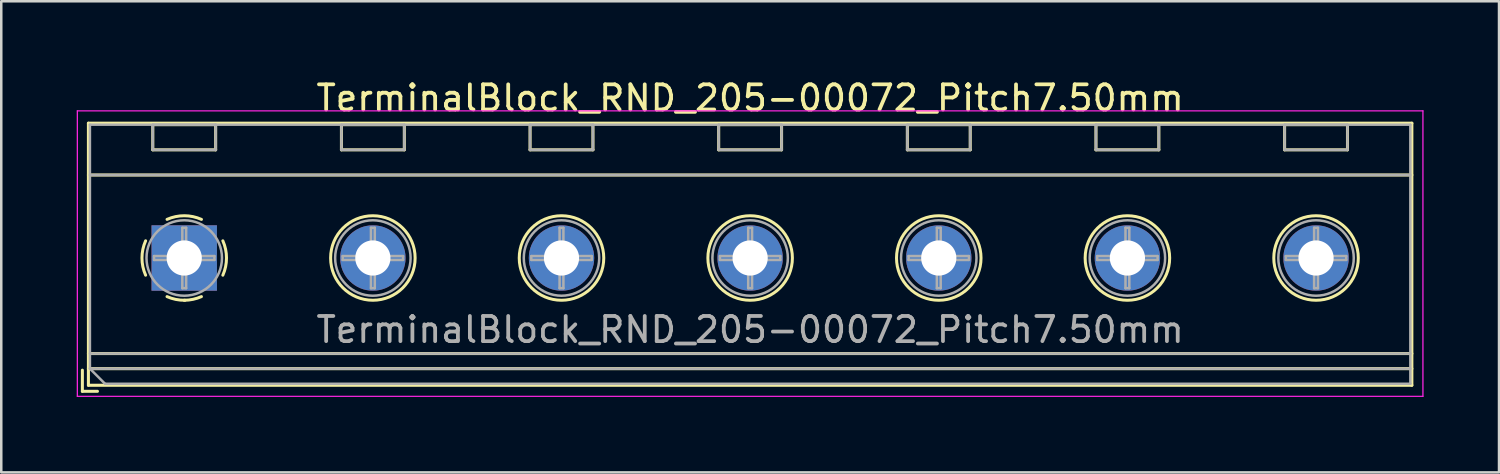
<source format=kicad_pcb>
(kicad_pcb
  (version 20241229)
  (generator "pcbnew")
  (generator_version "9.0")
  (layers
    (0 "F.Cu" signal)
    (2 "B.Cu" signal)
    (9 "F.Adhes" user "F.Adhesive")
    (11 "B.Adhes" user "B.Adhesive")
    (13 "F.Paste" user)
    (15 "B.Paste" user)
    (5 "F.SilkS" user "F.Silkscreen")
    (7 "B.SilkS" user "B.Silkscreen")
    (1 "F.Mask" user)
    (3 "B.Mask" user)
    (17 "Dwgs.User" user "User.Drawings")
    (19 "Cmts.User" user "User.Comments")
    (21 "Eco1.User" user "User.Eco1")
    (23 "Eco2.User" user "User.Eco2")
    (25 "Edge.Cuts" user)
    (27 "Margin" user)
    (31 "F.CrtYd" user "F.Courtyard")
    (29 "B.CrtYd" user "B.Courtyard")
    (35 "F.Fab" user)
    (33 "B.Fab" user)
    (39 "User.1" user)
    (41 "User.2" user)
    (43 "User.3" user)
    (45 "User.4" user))
  (footprint "TerminalBlock_RND_205-00072_Pitch7.50mm"
    (layer "F.Cu")
    (at 4.275 7.208)
    (property "Reference" "TerminalBlock_RND_205-00072_Pitch7.50mm" (at 22.5 -6.36 0) (layer "F.SilkS") (effects (font (size 1 1) (thickness 0.15))))
    (attr through_hole)
    (fp_line (start -4.05 4.46) (end -4.05 5.3) (stroke (width 0.12) (type solid)) (layer "F.SilkS"))
    (fp_line (start -4.05 5.3) (end -3.45 5.3) (stroke (width 0.12) (type solid)) (layer "F.SilkS"))
    (fp_line (start -3.81 -5.36) (end -3.81 5.06) (stroke (width 0.12) (type solid)) (layer "F.SilkS"))
    (fp_line (start -3.81 -3.3) (end 48.81 -3.3) (stroke (width 0.12) (type solid)) (layer "F.SilkS"))
    (fp_line (start -3.81 3.8) (end 48.81 3.8) (stroke (width 0.12) (type solid)) (layer "F.SilkS"))
    (fp_line (start -3.81 4.4) (end 48.81 4.4) (stroke (width 0.12) (type solid)) (layer "F.SilkS"))
    (fp_line (start -3.81 5.06) (end 48.81 5.06) (stroke (width 0.12) (type solid)) (layer "F.SilkS"))
    (fp_line (start -1.25 -5.301) (end -1.25 -4.301) (stroke (width 0.12) (type solid)) (layer "F.SilkS"))
    (fp_line (start -1.25 -5.301) (end 1.25 -5.301) (stroke (width 0.12) (type solid)) (layer "F.SilkS"))
    (fp_line (start -1.25 -4.301) (end 1.25 -4.301) (stroke (width 0.12) (type solid)) (layer "F.SilkS"))
    (fp_line (start 1.25 -5.301) (end 1.25 -4.301) (stroke (width 0.12) (type solid)) (layer "F.SilkS"))
    (fp_line (start 6.25 -5.301) (end 6.25 -4.301) (stroke (width 0.12) (type solid)) (layer "F.SilkS"))
    (fp_line (start 6.25 -5.301) (end 8.75 -5.301) (stroke (width 0.12) (type solid)) (layer "F.SilkS"))
    (fp_line (start 6.25 -4.301) (end 8.75 -4.301) (stroke (width 0.12) (type solid)) (layer "F.SilkS"))
    (fp_line (start 8.75 -5.301) (end 8.75 -4.301) (stroke (width 0.12) (type solid)) (layer "F.SilkS"))
    (fp_line (start 13.75 -5.301) (end 13.75 -4.301) (stroke (width 0.12) (type solid)) (layer "F.SilkS"))
    (fp_line (start 13.75 -5.301) (end 16.25 -5.301) (stroke (width 0.12) (type solid)) (layer "F.SilkS"))
    (fp_line (start 13.75 -4.301) (end 16.25 -4.301) (stroke (width 0.12) (type solid)) (layer "F.SilkS"))
    (fp_line (start 16.25 -5.301) (end 16.25 -4.301) (stroke (width 0.12) (type solid)) (layer "F.SilkS"))
    (fp_line (start 21.25 -5.301) (end 21.25 -4.301) (stroke (width 0.12) (type solid)) (layer "F.SilkS"))
    (fp_line (start 21.25 -5.301) (end 23.75 -5.301) (stroke (width 0.12) (type solid)) (layer "F.SilkS"))
    (fp_line (start 21.25 -4.301) (end 23.75 -4.301) (stroke (width 0.12) (type solid)) (layer "F.SilkS"))
    (fp_line (start 23.75 -5.301) (end 23.75 -4.301) (stroke (width 0.12) (type solid)) (layer "F.SilkS"))
    (fp_line (start 28.75 -5.301) (end 28.75 -4.301) (stroke (width 0.12) (type solid)) (layer "F.SilkS"))
    (fp_line (start 28.75 -5.301) (end 31.25 -5.301) (stroke (width 0.12) (type solid)) (layer "F.SilkS"))
    (fp_line (start 28.75 -4.301) (end 31.25 -4.301) (stroke (width 0.12) (type solid)) (layer "F.SilkS"))
    (fp_line (start 31.25 -5.301) (end 31.25 -4.301) (stroke (width 0.12) (type solid)) (layer "F.SilkS"))
    (fp_line (start 36.25 -5.301) (end 36.25 -4.301) (stroke (width 0.12) (type solid)) (layer "F.SilkS"))
    (fp_line (start 36.25 -5.301) (end 38.75 -5.301) (stroke (width 0.12) (type solid)) (layer "F.SilkS"))
    (fp_line (start 36.25 -4.301) (end 38.75 -4.301) (stroke (width 0.12) (type solid)) (layer "F.SilkS"))
    (fp_line (start 38.75 -5.301) (end 38.75 -4.301) (stroke (width 0.12) (type solid)) (layer "F.SilkS"))
    (fp_line (start 43.75 -5.301) (end 43.75 -4.301) (stroke (width 0.12) (type solid)) (layer "F.SilkS"))
    (fp_line (start 43.75 -5.301) (end 46.25 -5.301) (stroke (width 0.12) (type solid)) (layer "F.SilkS"))
    (fp_line (start 43.75 -4.301) (end 46.25 -4.301) (stroke (width 0.12) (type solid)) (layer "F.SilkS"))
    (fp_line (start 46.25 -5.301) (end 46.25 -4.301) (stroke (width 0.12) (type solid)) (layer "F.SilkS"))
    (fp_line (start 48.81 -5.36) (end -3.81 -5.36) (stroke (width 0.12) (type solid)) (layer "F.SilkS"))
    (fp_line (start 48.81 5.06) (end 48.81 -5.36) (stroke (width 0.12) (type solid)) (layer "F.SilkS"))
    (fp_arc (start -1.535427 0.683042) (mid -1.680501 -0.000524) (end -1.535 -0.684) (stroke (width 0.12) (type solid)) (layer "F.SilkS"))
    (fp_arc (start -0.683042 -1.535427) (mid 0.000524 -1.680501) (end 0.684 -1.535) (stroke (width 0.12) (type solid)) (layer "F.SilkS"))
    (fp_arc (start 0.028805 1.680253) (mid -0.335551 1.646659) (end -0.684 1.535) (stroke (width 0.12) (type solid)) (layer "F.SilkS"))
    (fp_arc (start 0.683318 1.534756) (mid 0.349292 1.643288) (end 0 1.68) (stroke (width 0.12) (type solid)) (layer "F.SilkS"))
    (fp_arc (start 1.535427 -0.683042) (mid 1.680501 0.000524) (end 1.535 0.684) (stroke (width 0.12) (type solid)) (layer "F.SilkS"))
    (fp_circle (center 7.5 0) (end 9.18 0) (stroke (width 0.12) (type solid)) (fill no) (layer "F.SilkS"))
    (fp_circle (center 15 0) (end 16.68 0) (stroke (width 0.12) (type solid)) (fill no) (layer "F.SilkS"))
    (fp_circle (center 22.5 0) (end 24.18 0) (stroke (width 0.12) (type solid)) (fill no) (layer "F.SilkS"))
    (fp_circle (center 30 0) (end 31.68 0) (stroke (width 0.12) (type solid)) (fill no) (layer "F.SilkS"))
    (fp_circle (center 37.5 0) (end 39.18 0) (stroke (width 0.12) (type solid)) (fill no) (layer "F.SilkS"))
    (fp_circle (center 45 0) (end 46.68 0) (stroke (width 0.12) (type solid)) (fill no) (layer "F.SilkS"))
    (fp_line (start -4.25 -5.85) (end -4.25 5.5) (stroke (width 0.05) (type solid)) (layer "F.CrtYd"))
    (fp_line (start -4.25 5.5) (end 49.25 5.5) (stroke (width 0.05) (type solid)) (layer "F.CrtYd"))
    (fp_line (start 49.25 -5.85) (end -4.25 -5.85) (stroke (width 0.05) (type solid)) (layer "F.CrtYd"))
    (fp_line (start 49.25 5.5) (end 49.25 -5.85) (stroke (width 0.05) (type solid)) (layer "F.CrtYd"))
    (fp_line (start -3.75 -5.3) (end 48.75 -5.3) (stroke (width 0.1) (type solid)) (layer "F.Fab"))
    (fp_line (start -3.75 -3.3) (end 48.75 -3.3) (stroke (width 0.1) (type solid)) (layer "F.Fab"))
    (fp_line (start -3.75 3.8) (end 48.75 3.8) (stroke (width 0.1) (type solid)) (layer "F.Fab"))
    (fp_line (start -3.75 4.4) (end -3.75 -5.3) (stroke (width 0.1) (type solid)) (layer "F.Fab"))
    (fp_line (start -3.75 4.4) (end 48.75 4.4) (stroke (width 0.1) (type solid)) (layer "F.Fab"))
    (fp_line (start -3.15 5) (end -3.75 4.4) (stroke (width 0.1) (type solid)) (layer "F.Fab"))
    (fp_line (start -1.25 -5.3) (end -1.25 -4.3) (stroke (width 0.1) (type solid)) (layer "F.Fab"))
    (fp_line (start -1.25 -4.3) (end 1.25 -4.3) (stroke (width 0.1) (type solid)) (layer "F.Fab"))
    (fp_line (start -1.201 -0.076) (end -0.076 -0.076) (stroke (width 0.1) (type solid)) (layer "F.Fab"))
    (fp_line (start -1.201 0.076) (end -1.201 -0.076) (stroke (width 0.1) (type solid)) (layer "F.Fab"))
    (fp_line (start -0.076 -1.201) (end 0.076 -1.201) (stroke (width 0.1) (type solid)) (layer "F.Fab"))
    (fp_line (start -0.076 -0.076) (end -0.076 -1.201) (stroke (width 0.1) (type solid)) (layer "F.Fab"))
    (fp_line (start -0.076 0.076) (end -1.201 0.076) (stroke (width 0.1) (type solid)) (layer "F.Fab"))
    (fp_line (start -0.076 1.201) (end -0.076 0.076) (stroke (width 0.1) (type solid)) (layer "F.Fab"))
    (fp_line (start 0.076 -1.201) (end 0.076 -0.076) (stroke (width 0.1) (type solid)) (layer "F.Fab"))
    (fp_line (start 0.076 -0.076) (end 1.201 -0.076) (stroke (width 0.1) (type solid)) (layer "F.Fab"))
    (fp_line (start 0.076 0.076) (end 0.076 1.201) (stroke (width 0.1) (type solid)) (layer "F.Fab"))
    (fp_line (start 0.076 1.201) (end -0.076 1.201) (stroke (width 0.1) (type solid)) (layer "F.Fab"))
    (fp_line (start 1.201 -0.076) (end 1.201 0.076) (stroke (width 0.1) (type solid)) (layer "F.Fab"))
    (fp_line (start 1.201 0.076) (end 0.076 0.076) (stroke (width 0.1) (type solid)) (layer "F.Fab"))
    (fp_line (start 1.25 -5.3) (end -1.25 -5.3) (stroke (width 0.1) (type solid)) (layer "F.Fab"))
    (fp_line (start 1.25 -4.3) (end 1.25 -5.3) (stroke (width 0.1) (type solid)) (layer "F.Fab"))
    (fp_line (start 6.25 -5.3) (end 6.25 -4.3) (stroke (width 0.1) (type solid)) (layer "F.Fab"))
    (fp_line (start 6.25 -4.3) (end 8.75 -4.3) (stroke (width 0.1) (type solid)) (layer "F.Fab"))
    (fp_line (start 6.299 -0.076) (end 7.424 -0.076) (stroke (width 0.1) (type solid)) (layer "F.Fab"))
    (fp_line (start 6.299 0.076) (end 6.299 -0.076) (stroke (width 0.1) (type solid)) (layer "F.Fab"))
    (fp_line (start 7.424 -1.201) (end 7.576 -1.201) (stroke (width 0.1) (type solid)) (layer "F.Fab"))
    (fp_line (start 7.424 -0.076) (end 7.424 -1.201) (stroke (width 0.1) (type solid)) (layer "F.Fab"))
    (fp_line (start 7.424 0.076) (end 6.299 0.076) (stroke (width 0.1) (type solid)) (layer "F.Fab"))
    (fp_line (start 7.424 1.201) (end 7.424 0.076) (stroke (width 0.1) (type solid)) (layer "F.Fab"))
    (fp_line (start 7.576 -1.201) (end 7.576 -0.076) (stroke (width 0.1) (type solid)) (layer "F.Fab"))
    (fp_line (start 7.576 -0.076) (end 8.701 -0.076) (stroke (width 0.1) (type solid)) (layer "F.Fab"))
    (fp_line (start 7.576 0.076) (end 7.576 1.201) (stroke (width 0.1) (type solid)) (layer "F.Fab"))
    (fp_line (start 7.576 1.201) (end 7.424 1.201) (stroke (width 0.1) (type solid)) (layer "F.Fab"))
    (fp_line (start 8.701 -0.076) (end 8.701 0.076) (stroke (width 0.1) (type solid)) (layer "F.Fab"))
    (fp_line (start 8.701 0.076) (end 7.576 0.076) (stroke (width 0.1) (type solid)) (layer "F.Fab"))
    (fp_line (start 8.75 -5.3) (end 6.25 -5.3) (stroke (width 0.1) (type solid)) (layer "F.Fab"))
    (fp_line (start 8.75 -4.3) (end 8.75 -5.3) (stroke (width 0.1) (type solid)) (layer "F.Fab"))
    (fp_line (start 13.75 -5.3) (end 13.75 -4.3) (stroke (width 0.1) (type solid)) (layer "F.Fab"))
    (fp_line (start 13.75 -4.3) (end 16.25 -4.3) (stroke (width 0.1) (type solid)) (layer "F.Fab"))
    (fp_line (start 13.799 -0.076) (end 14.924 -0.076) (stroke (width 0.1) (type solid)) (layer "F.Fab"))
    (fp_line (start 13.799 0.076) (end 13.799 -0.076) (stroke (width 0.1) (type solid)) (layer "F.Fab"))
    (fp_line (start 14.924 -1.201) (end 15.076 -1.201) (stroke (width 0.1) (type solid)) (layer "F.Fab"))
    (fp_line (start 14.924 -0.076) (end 14.924 -1.201) (stroke (width 0.1) (type solid)) (layer "F.Fab"))
    (fp_line (start 14.924 0.076) (end 13.799 0.076) (stroke (width 0.1) (type solid)) (layer "F.Fab"))
    (fp_line (start 14.924 1.201) (end 14.924 0.076) (stroke (width 0.1) (type solid)) (layer "F.Fab"))
    (fp_line (start 15.076 -1.201) (end 15.076 -0.076) (stroke (width 0.1) (type solid)) (layer "F.Fab"))
    (fp_line (start 15.076 -0.076) (end 16.201 -0.076) (stroke (width 0.1) (type solid)) (layer "F.Fab"))
    (fp_line (start 15.076 0.076) (end 15.076 1.201) (stroke (width 0.1) (type solid)) (layer "F.Fab"))
    (fp_line (start 15.076 1.201) (end 14.924 1.201) (stroke (width 0.1) (type solid)) (layer "F.Fab"))
    (fp_line (start 16.201 -0.076) (end 16.201 0.076) (stroke (width 0.1) (type solid)) (layer "F.Fab"))
    (fp_line (start 16.201 0.076) (end 15.076 0.076) (stroke (width 0.1) (type solid)) (layer "F.Fab"))
    (fp_line (start 16.25 -5.3) (end 13.75 -5.3) (stroke (width 0.1) (type solid)) (layer "F.Fab"))
    (fp_line (start 16.25 -4.3) (end 16.25 -5.3) (stroke (width 0.1) (type solid)) (layer "F.Fab"))
    (fp_line (start 21.25 -5.3) (end 21.25 -4.3) (stroke (width 0.1) (type solid)) (layer "F.Fab"))
    (fp_line (start 21.25 -4.3) (end 23.75 -4.3) (stroke (width 0.1) (type solid)) (layer "F.Fab"))
    (fp_line (start 21.299 -0.076) (end 22.424 -0.076) (stroke (width 0.1) (type solid)) (layer "F.Fab"))
    (fp_line (start 21.299 0.076) (end 21.299 -0.076) (stroke (width 0.1) (type solid)) (layer "F.Fab"))
    (fp_line (start 22.424 -1.201) (end 22.576 -1.201) (stroke (width 0.1) (type solid)) (layer "F.Fab"))
    (fp_line (start 22.424 -0.076) (end 22.424 -1.201) (stroke (width 0.1) (type solid)) (layer "F.Fab"))
    (fp_line (start 22.424 0.076) (end 21.299 0.076) (stroke (width 0.1) (type solid)) (layer "F.Fab"))
    (fp_line (start 22.424 1.201) (end 22.424 0.076) (stroke (width 0.1) (type solid)) (layer "F.Fab"))
    (fp_line (start 22.576 -1.201) (end 22.576 -0.076) (stroke (width 0.1) (type solid)) (layer "F.Fab"))
    (fp_line (start 22.576 -0.076) (end 23.701 -0.076) (stroke (width 0.1) (type solid)) (layer "F.Fab"))
    (fp_line (start 22.576 0.076) (end 22.576 1.201) (stroke (width 0.1) (type solid)) (layer "F.Fab"))
    (fp_line (start 22.576 1.201) (end 22.424 1.201) (stroke (width 0.1) (type solid)) (layer "F.Fab"))
    (fp_line (start 23.701 -0.076) (end 23.701 0.076) (stroke (width 0.1) (type solid)) (layer "F.Fab"))
    (fp_line (start 23.701 0.076) (end 22.576 0.076) (stroke (width 0.1) (type solid)) (layer "F.Fab"))
    (fp_line (start 23.75 -5.3) (end 21.25 -5.3) (stroke (width 0.1) (type solid)) (layer "F.Fab"))
    (fp_line (start 23.75 -4.3) (end 23.75 -5.3) (stroke (width 0.1) (type solid)) (layer "F.Fab"))
    (fp_line (start 28.75 -5.3) (end 28.75 -4.3) (stroke (width 0.1) (type solid)) (layer "F.Fab"))
    (fp_line (start 28.75 -4.3) (end 31.25 -4.3) (stroke (width 0.1) (type solid)) (layer "F.Fab"))
    (fp_line (start 28.799 -0.076) (end 29.924 -0.076) (stroke (width 0.1) (type solid)) (layer "F.Fab"))
    (fp_line (start 28.799 0.076) (end 28.799 -0.076) (stroke (width 0.1) (type solid)) (layer "F.Fab"))
    (fp_line (start 29.924 -1.201) (end 30.076 -1.201) (stroke (width 0.1) (type solid)) (layer "F.Fab"))
    (fp_line (start 29.924 -0.076) (end 29.924 -1.201) (stroke (width 0.1) (type solid)) (layer "F.Fab"))
    (fp_line (start 29.924 0.076) (end 28.799 0.076) (stroke (width 0.1) (type solid)) (layer "F.Fab"))
    (fp_line (start 29.924 1.201) (end 29.924 0.076) (stroke (width 0.1) (type solid)) (layer "F.Fab"))
    (fp_line (start 30.076 -1.201) (end 30.076 -0.076) (stroke (width 0.1) (type solid)) (layer "F.Fab"))
    (fp_line (start 30.076 -0.076) (end 31.201 -0.076) (stroke (width 0.1) (type solid)) (layer "F.Fab"))
    (fp_line (start 30.076 0.076) (end 30.076 1.201) (stroke (width 0.1) (type solid)) (layer "F.Fab"))
    (fp_line (start 30.076 1.201) (end 29.924 1.201) (stroke (width 0.1) (type solid)) (layer "F.Fab"))
    (fp_line (start 31.201 -0.076) (end 31.201 0.076) (stroke (width 0.1) (type solid)) (layer "F.Fab"))
    (fp_line (start 31.201 0.076) (end 30.076 0.076) (stroke (width 0.1) (type solid)) (layer "F.Fab"))
    (fp_line (start 31.25 -5.3) (end 28.75 -5.3) (stroke (width 0.1) (type solid)) (layer "F.Fab"))
    (fp_line (start 31.25 -4.3) (end 31.25 -5.3) (stroke (width 0.1) (type solid)) (layer "F.Fab"))
    (fp_line (start 36.25 -5.3) (end 36.25 -4.3) (stroke (width 0.1) (type solid)) (layer "F.Fab"))
    (fp_line (start 36.25 -4.3) (end 38.75 -4.3) (stroke (width 0.1) (type solid)) (layer "F.Fab"))
    (fp_line (start 36.299 -0.076) (end 37.424 -0.076) (stroke (width 0.1) (type solid)) (layer "F.Fab"))
    (fp_line (start 36.299 0.076) (end 36.299 -0.076) (stroke (width 0.1) (type solid)) (layer "F.Fab"))
    (fp_line (start 37.424 -1.201) (end 37.576 -1.201) (stroke (width 0.1) (type solid)) (layer "F.Fab"))
    (fp_line (start 37.424 -0.076) (end 37.424 -1.201) (stroke (width 0.1) (type solid)) (layer "F.Fab"))
    (fp_line (start 37.424 0.076) (end 36.299 0.076) (stroke (width 0.1) (type solid)) (layer "F.Fab"))
    (fp_line (start 37.424 1.201) (end 37.424 0.076) (stroke (width 0.1) (type solid)) (layer "F.Fab"))
    (fp_line (start 37.576 -1.201) (end 37.576 -0.076) (stroke (width 0.1) (type solid)) (layer "F.Fab"))
    (fp_line (start 37.576 -0.076) (end 38.701 -0.076) (stroke (width 0.1) (type solid)) (layer "F.Fab"))
    (fp_line (start 37.576 0.076) (end 37.576 1.201) (stroke (width 0.1) (type solid)) (layer "F.Fab"))
    (fp_line (start 37.576 1.201) (end 37.424 1.201) (stroke (width 0.1) (type solid)) (layer "F.Fab"))
    (fp_line (start 38.701 -0.076) (end 38.701 0.076) (stroke (width 0.1) (type solid)) (layer "F.Fab"))
    (fp_line (start 38.701 0.076) (end 37.576 0.076) (stroke (width 0.1) (type solid)) (layer "F.Fab"))
    (fp_line (start 38.75 -5.3) (end 36.25 -5.3) (stroke (width 0.1) (type solid)) (layer "F.Fab"))
    (fp_line (start 38.75 -4.3) (end 38.75 -5.3) (stroke (width 0.1) (type solid)) (layer "F.Fab"))
    (fp_line (start 43.75 -5.3) (end 43.75 -4.3) (stroke (width 0.1) (type solid)) (layer "F.Fab"))
    (fp_line (start 43.75 -4.3) (end 46.25 -4.3) (stroke (width 0.1) (type solid)) (layer "F.Fab"))
    (fp_line (start 43.799 -0.076) (end 44.924 -0.076) (stroke (width 0.1) (type solid)) (layer "F.Fab"))
    (fp_line (start 43.799 0.076) (end 43.799 -0.076) (stroke (width 0.1) (type solid)) (layer "F.Fab"))
    (fp_line (start 44.924 -1.201) (end 45.076 -1.201) (stroke (width 0.1) (type solid)) (layer "F.Fab"))
    (fp_line (start 44.924 -0.076) (end 44.924 -1.201) (stroke (width 0.1) (type solid)) (layer "F.Fab"))
    (fp_line (start 44.924 0.076) (end 43.799 0.076) (stroke (width 0.1) (type solid)) (layer "F.Fab"))
    (fp_line (start 44.924 1.201) (end 44.924 0.076) (stroke (width 0.1) (type solid)) (layer "F.Fab"))
    (fp_line (start 45.076 -1.201) (end 45.076 -0.076) (stroke (width 0.1) (type solid)) (layer "F.Fab"))
    (fp_line (start 45.076 -0.076) (end 46.201 -0.076) (stroke (width 0.1) (type solid)) (layer "F.Fab"))
    (fp_line (start 45.076 0.076) (end 45.076 1.201) (stroke (width 0.1) (type solid)) (layer "F.Fab"))
    (fp_line (start 45.076 1.201) (end 44.924 1.201) (stroke (width 0.1) (type solid)) (layer "F.Fab"))
    (fp_line (start 46.201 -0.076) (end 46.201 0.076) (stroke (width 0.1) (type solid)) (layer "F.Fab"))
    (fp_line (start 46.201 0.076) (end 45.076 0.076) (stroke (width 0.1) (type solid)) (layer "F.Fab"))
    (fp_line (start 46.25 -5.3) (end 43.75 -5.3) (stroke (width 0.1) (type solid)) (layer "F.Fab"))
    (fp_line (start 46.25 -4.3) (end 46.25 -5.3) (stroke (width 0.1) (type solid)) (layer "F.Fab"))
    (fp_line (start 48.75 -5.3) (end 48.75 5) (stroke (width 0.1) (type solid)) (layer "F.Fab"))
    (fp_line (start 48.75 5) (end -3.15 5) (stroke (width 0.1) (type solid)) (layer "F.Fab"))
    (fp_circle (center 0 0) (end 1.5 0) (stroke (width 0.1) (type solid)) (fill no) (layer "F.Fab"))
    (fp_circle (center 7.5 0) (end 9 0) (stroke (width 0.1) (type solid)) (fill no) (layer "F.Fab"))
    (fp_circle (center 15 0) (end 16.5 0) (stroke (width 0.1) (type solid)) (fill no) (layer "F.Fab"))
    (fp_circle (center 22.5 0) (end 24 0) (stroke (width 0.1) (type solid)) (fill no) (layer "F.Fab"))
    (fp_circle (center 30 0) (end 31.5 0) (stroke (width 0.1) (type solid)) (fill no) (layer "F.Fab"))
    (fp_circle (center 37.5 0) (end 39 0) (stroke (width 0.1) (type solid)) (fill no) (layer "F.Fab"))
    (fp_circle (center 45 0) (end 46.5 0) (stroke (width 0.1) (type solid)) (fill no) (layer "F.Fab"))
    (fp_text user "${REFERENCE}" (at 22.5 2.85 0) (layer "F.Fab") (effects (font (size 1 1) (thickness 0.15))))
    (pad "1" thru_hole rect (at 0 0) (size 2.6 2.6) (drill 1.4) (layers "*.Cu" "*.Mask"))
    (pad "2" thru_hole oval (at 7.5 0) (size 2.6 2.6) (drill 1.4) (layers "*.Cu" "*.Mask"))
    (pad "3" thru_hole oval (at 15 0) (size 2.6 2.6) (drill 1.4) (layers "*.Cu" "*.Mask"))
    (pad "4" thru_hole oval (at 22.5 0) (size 2.6 2.6) (drill 1.4) (layers "*.Cu" "*.Mask"))
    (pad "5" thru_hole oval (at 30 0) (size 2.6 2.6) (drill 1.4) (layers "*.Cu" "*.Mask"))
    (pad "6" thru_hole oval (at 37.5 0) (size 2.6 2.6) (drill 1.4) (layers "*.Cu" "*.Mask"))
    (pad "7" thru_hole oval (at 45 0) (size 2.6 2.6) (drill 1.4) (layers "*.Cu" "*.Mask")))
  (gr_rect
    (start -3 -3)
    (end 56.55 15.733)
    (stroke (width 0.1) (type default))
    (fill no)
    (layer "Edge.Cuts")))
</source>
